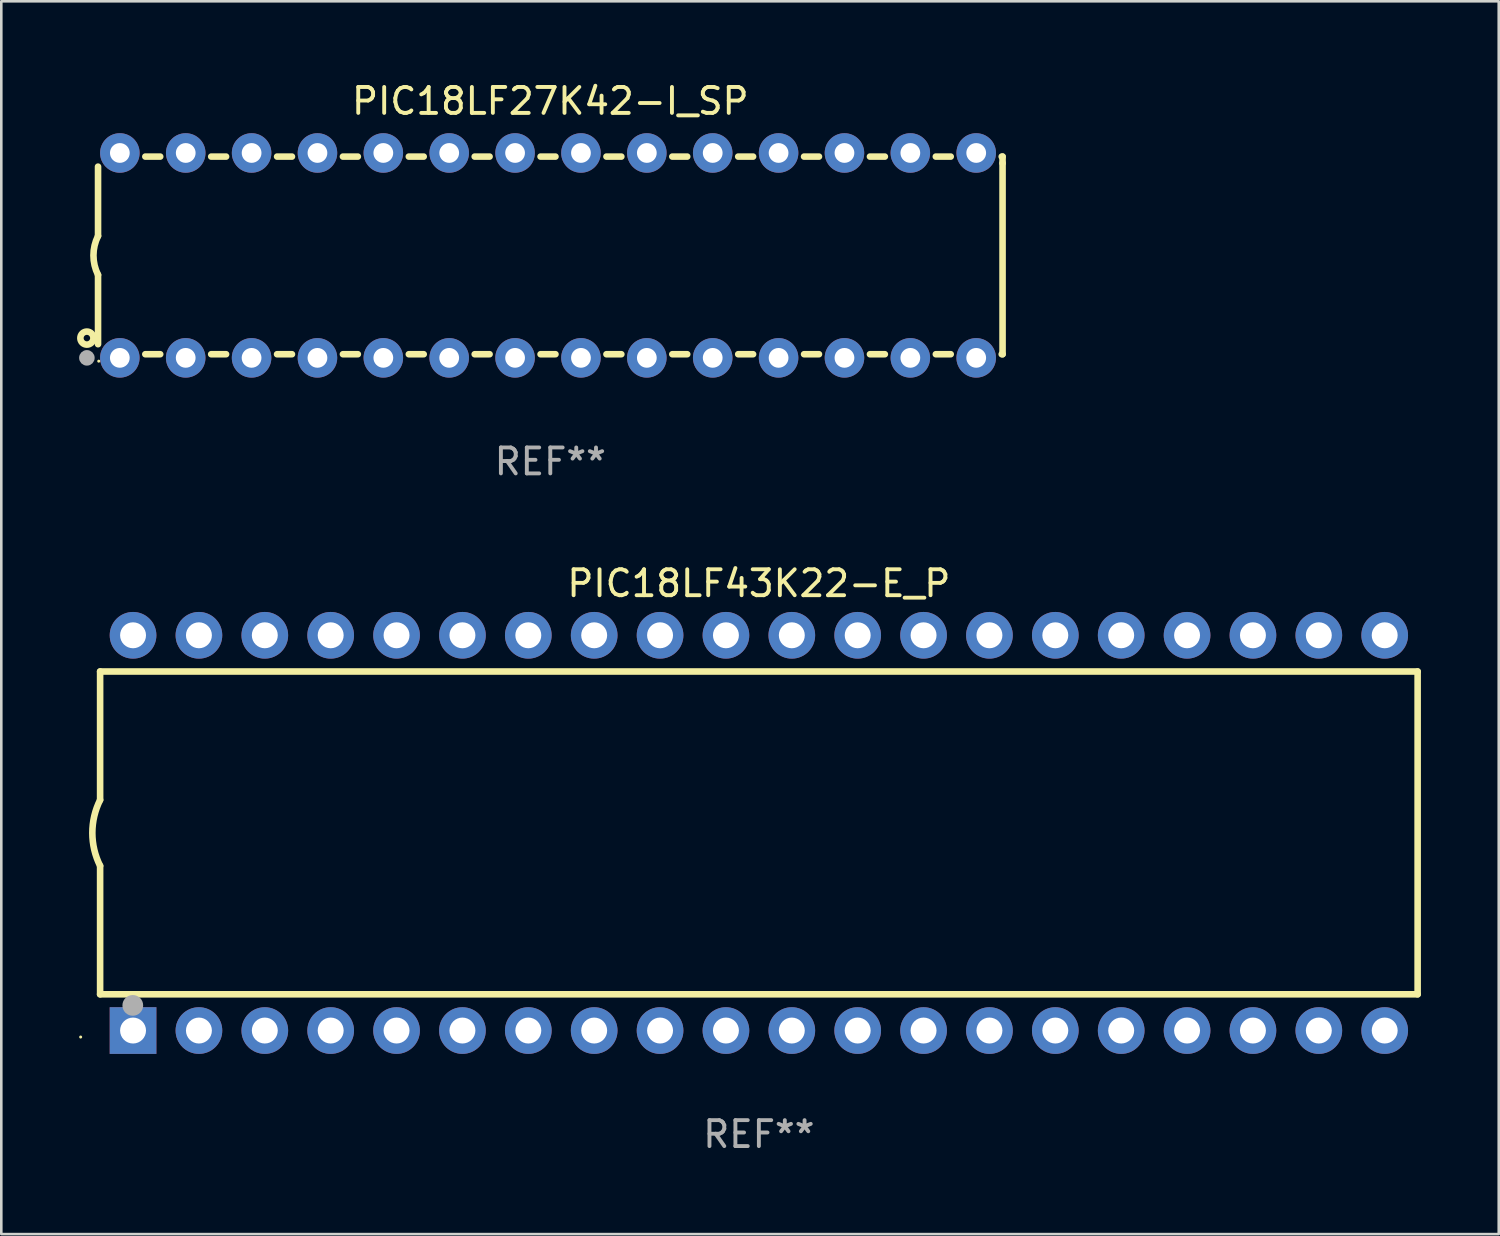
<source format=kicad_pcb>
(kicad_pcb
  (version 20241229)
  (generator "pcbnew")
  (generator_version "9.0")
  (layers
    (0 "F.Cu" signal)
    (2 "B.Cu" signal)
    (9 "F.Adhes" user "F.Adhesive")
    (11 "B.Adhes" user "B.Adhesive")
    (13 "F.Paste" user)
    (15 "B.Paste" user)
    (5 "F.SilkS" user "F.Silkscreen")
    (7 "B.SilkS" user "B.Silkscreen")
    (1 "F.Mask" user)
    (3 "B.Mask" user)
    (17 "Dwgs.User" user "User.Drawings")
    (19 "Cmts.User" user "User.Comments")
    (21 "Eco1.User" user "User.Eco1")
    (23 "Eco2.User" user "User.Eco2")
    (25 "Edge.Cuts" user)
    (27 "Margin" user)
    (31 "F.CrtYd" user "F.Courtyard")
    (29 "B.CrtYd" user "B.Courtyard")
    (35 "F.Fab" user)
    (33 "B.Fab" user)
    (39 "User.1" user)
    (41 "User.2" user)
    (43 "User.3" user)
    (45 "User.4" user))
  (footprint "PIC18LF43K22-E_P"
    (layer "F.Cu")
    (at 26.21 29.065)
    (property "Reference" "PIC18LF43K22-E_P" (at 0 -9.62 0) (layer "F.SilkS") (effects (font (size 1 1) (thickness 0.15))))
    (attr through_hole)
    (fp_line (start -25.4 -6.224) (end -25.4 -1.271) (stroke (width 0.254) (type solid)) (layer "F.SilkS"))
    (fp_line (start -25.4 -6.224) (end 25.4 -6.224) (stroke (width 0.254) (type solid)) (layer "F.SilkS"))
    (fp_line (start -25.4 1.269) (end -25.4 6.222) (stroke (width 0.254) (type solid)) (layer "F.SilkS"))
    (fp_line (start -25.4 6.222) (end 25.4 6.222) (stroke (width 0.254) (type solid)) (layer "F.SilkS"))
    (fp_line (start 25.4 6.222) (end 25.4 -6.224) (stroke (width 0.254) (type solid)) (layer "F.SilkS"))
    (fp_arc (start -25.4 1.269241) (mid -25.699807 -0.000762) (end -25.4 -1.270765) (stroke (width 0.254001) (type solid)) (layer "F.SilkS"))
    (fp_circle (center -26.15 7.87) (end -26.12 7.87) (stroke (width 0.06) (type solid)) (fill no) (layer "F.SilkS"))
    (fp_circle (center -24.14 6.65) (end -23.94 6.65) (stroke (width 0.4) (type solid)) (fill no) (layer "F.Fab"))
    (fp_text user "REF**" (at 0 11.62 0) (layer "F.Fab") (effects (font (size 1 1) (thickness 0.15))))
    (pad "1" thru_hole rect (at -24.13 7.62 90) (size 1.8 1.8) (drill 1) (layers "*.Cu" "*.Mask"))
    (pad "2" thru_hole circle (at -21.59 7.62) (size 1.8 1.8) (drill 1) (layers "*.Cu" "*.Mask"))
    (pad "3" thru_hole circle (at -19.05 7.62) (size 1.8 1.8) (drill 1) (layers "*.Cu" "*.Mask"))
    (pad "4" thru_hole circle (at -16.51 7.62) (size 1.8 1.8) (drill 1) (layers "*.Cu" "*.Mask"))
    (pad "5" thru_hole circle (at -13.97 7.62) (size 1.8 1.8) (drill 1) (layers "*.Cu" "*.Mask"))
    (pad "6" thru_hole circle (at -11.43 7.62) (size 1.8 1.8) (drill 1) (layers "*.Cu" "*.Mask"))
    (pad "7" thru_hole circle (at -8.89 7.62) (size 1.8 1.8) (drill 1) (layers "*.Cu" "*.Mask"))
    (pad "8" thru_hole circle (at -6.35 7.62) (size 1.8 1.8) (drill 1) (layers "*.Cu" "*.Mask"))
    (pad "9" thru_hole circle (at -3.81 7.62) (size 1.8 1.8) (drill 1) (layers "*.Cu" "*.Mask"))
    (pad "10" thru_hole circle (at -1.27 7.62) (size 1.8 1.8) (drill 1) (layers "*.Cu" "*.Mask"))
    (pad "11" thru_hole circle (at 1.27 7.62) (size 1.8 1.8) (drill 1) (layers "*.Cu" "*.Mask"))
    (pad "12" thru_hole circle (at 3.81 7.62) (size 1.8 1.8) (drill 1) (layers "*.Cu" "*.Mask"))
    (pad "13" thru_hole circle (at 6.35 7.62) (size 1.8 1.8) (drill 1) (layers "*.Cu" "*.Mask"))
    (pad "14" thru_hole circle (at 8.89 7.62) (size 1.8 1.8) (drill 1) (layers "*.Cu" "*.Mask"))
    (pad "15" thru_hole circle (at 11.43 7.62) (size 1.8 1.8) (drill 1) (layers "*.Cu" "*.Mask"))
    (pad "16" thru_hole circle (at 13.97 7.62) (size 1.8 1.8) (drill 1) (layers "*.Cu" "*.Mask"))
    (pad "17" thru_hole circle (at 16.51 7.62) (size 1.8 1.8) (drill 1) (layers "*.Cu" "*.Mask"))
    (pad "18" thru_hole circle (at 19.05 7.62) (size 1.8 1.8) (drill 1) (layers "*.Cu" "*.Mask"))
    (pad "19" thru_hole circle (at 21.59 7.62) (size 1.8 1.8) (drill 1) (layers "*.Cu" "*.Mask"))
    (pad "20" thru_hole circle (at 24.13 7.62) (size 1.8 1.8) (drill 1) (layers "*.Cu" "*.Mask"))
    (pad "21" thru_hole circle (at 24.13 -7.62) (size 1.8 1.8) (drill 1) (layers "*.Cu" "*.Mask"))
    (pad "22" thru_hole circle (at 21.59 -7.62) (size 1.8 1.8) (drill 1) (layers "*.Cu" "*.Mask"))
    (pad "23" thru_hole circle (at 19.05 -7.62) (size 1.8 1.8) (drill 1) (layers "*.Cu" "*.Mask"))
    (pad "24" thru_hole circle (at 16.51 -7.62) (size 1.8 1.8) (drill 1) (layers "*.Cu" "*.Mask"))
    (pad "25" thru_hole circle (at 13.97 -7.62) (size 1.8 1.8) (drill 1) (layers "*.Cu" "*.Mask"))
    (pad "26" thru_hole circle (at 11.43 -7.62) (size 1.8 1.8) (drill 1) (layers "*.Cu" "*.Mask"))
    (pad "27" thru_hole circle (at 8.89 -7.62) (size 1.8 1.8) (drill 1) (layers "*.Cu" "*.Mask"))
    (pad "28" thru_hole circle (at 6.35 -7.62) (size 1.8 1.8) (drill 1) (layers "*.Cu" "*.Mask"))
    (pad "29" thru_hole circle (at 3.81 -7.62) (size 1.8 1.8) (drill 1) (layers "*.Cu" "*.Mask"))
    (pad "30" thru_hole circle (at 1.27 -7.62) (size 1.8 1.8) (drill 1) (layers "*.Cu" "*.Mask"))
    (pad "31" thru_hole circle (at -1.27 -7.62) (size 1.8 1.8) (drill 1) (layers "*.Cu" "*.Mask"))
    (pad "32" thru_hole circle (at -3.81 -7.62) (size 1.8 1.8) (drill 1) (layers "*.Cu" "*.Mask"))
    (pad "33" thru_hole circle (at -6.35 -7.62) (size 1.8 1.8) (drill 1) (layers "*.Cu" "*.Mask"))
    (pad "34" thru_hole circle (at -8.89 -7.62) (size 1.8 1.8) (drill 1) (layers "*.Cu" "*.Mask"))
    (pad "35" thru_hole circle (at -11.43 -7.62) (size 1.8 1.8) (drill 1) (layers "*.Cu" "*.Mask"))
    (pad "36" thru_hole circle (at -13.97 -7.62) (size 1.8 1.8) (drill 1) (layers "*.Cu" "*.Mask"))
    (pad "37" thru_hole circle (at -16.51 -7.62) (size 1.8 1.8) (drill 1) (layers "*.Cu" "*.Mask"))
    (pad "38" thru_hole circle (at -19.05 -7.62) (size 1.8 1.8) (drill 1) (layers "*.Cu" "*.Mask"))
    (pad "39" thru_hole circle (at -21.59 -7.62) (size 1.8 1.8) (drill 1) (layers "*.Cu" "*.Mask"))
    (pad "40" thru_hole circle (at -24.13 -7.62) (size 1.8 1.8) (drill 1) (layers "*.Cu" "*.Mask")))
  (footprint "PIC18LF27K42-I_SP"
    (layer "F.Cu")
    (at 18.168 6.798)
    (property "Reference" "PIC18LF27K42-I_SP" (at 0 -5.95 0) (layer "F.SilkS") (effects (font (size 1 1) (thickness 0.15))))
    (attr through_hole)
    (fp_line (start -17.438 0.75) (end -17.438 3.423) (stroke (width 0.254) (type solid)) (layer "F.SilkS"))
    (fp_line (start -17.438 -3.423) (end -17.438 -0.75) (stroke (width 0.254) (type solid)) (layer "F.SilkS"))
    (fp_line (start -15.615 3.81) (end -15.041 3.81) (stroke (width 0.254) (type solid)) (layer "F.SilkS"))
    (fp_line (start -15.041 -3.81) (end -15.614 -3.81) (stroke (width 0.254) (type solid)) (layer "F.SilkS"))
    (fp_line (start -13.075 3.81) (end -12.501 3.81) (stroke (width 0.254) (type solid)) (layer "F.SilkS"))
    (fp_line (start -12.501 -3.81) (end -13.074 -3.81) (stroke (width 0.254) (type solid)) (layer "F.SilkS"))
    (fp_line (start -10.535 3.81) (end -9.961 3.81) (stroke (width 0.254) (type solid)) (layer "F.SilkS"))
    (fp_line (start -9.961 -3.81) (end -10.534 -3.81) (stroke (width 0.254) (type solid)) (layer "F.SilkS"))
    (fp_line (start -7.995 3.81) (end -7.421 3.81) (stroke (width 0.254) (type solid)) (layer "F.SilkS"))
    (fp_line (start -7.421 -3.81) (end -7.995 -3.81) (stroke (width 0.254) (type solid)) (layer "F.SilkS"))
    (fp_line (start -5.455 3.81) (end -4.881 3.81) (stroke (width 0.254) (type solid)) (layer "F.SilkS"))
    (fp_line (start -4.881 -3.81) (end -5.455 -3.81) (stroke (width 0.254) (type solid)) (layer "F.SilkS"))
    (fp_line (start -2.915 3.81) (end -2.341 3.81) (stroke (width 0.254) (type solid)) (layer "F.SilkS"))
    (fp_line (start -2.341 -3.81) (end -2.915 -3.81) (stroke (width 0.254) (type solid)) (layer "F.SilkS"))
    (fp_line (start -0.375 3.81) (end 0.199 3.81) (stroke (width 0.254) (type solid)) (layer "F.SilkS"))
    (fp_line (start 0.199 -3.81) (end -0.375 -3.81) (stroke (width 0.254) (type solid)) (layer "F.SilkS"))
    (fp_line (start 2.165 3.81) (end 2.739 3.81) (stroke (width 0.254) (type solid)) (layer "F.SilkS"))
    (fp_line (start 2.739 -3.81) (end 2.165 -3.81) (stroke (width 0.254) (type solid)) (layer "F.SilkS"))
    (fp_line (start 4.705 3.81) (end 5.279 3.81) (stroke (width 0.254) (type solid)) (layer "F.SilkS"))
    (fp_line (start 5.279 -3.81) (end 4.705 -3.81) (stroke (width 0.254) (type solid)) (layer "F.SilkS"))
    (fp_line (start 7.245 3.81) (end 7.819 3.81) (stroke (width 0.254) (type solid)) (layer "F.SilkS"))
    (fp_line (start 7.819 -3.81) (end 7.245 -3.81) (stroke (width 0.254) (type solid)) (layer "F.SilkS"))
    (fp_line (start 9.785 3.81) (end 10.359 3.81) (stroke (width 0.254) (type solid)) (layer "F.SilkS"))
    (fp_line (start 10.359 -3.81) (end 9.785 -3.81) (stroke (width 0.254) (type solid)) (layer "F.SilkS"))
    (fp_line (start 12.325 3.81) (end 12.899 3.81) (stroke (width 0.254) (type solid)) (layer "F.SilkS"))
    (fp_line (start 12.899 -3.81) (end 12.325 -3.81) (stroke (width 0.254) (type solid)) (layer "F.SilkS"))
    (fp_line (start 14.865 3.81) (end 15.439 3.81) (stroke (width 0.254) (type solid)) (layer "F.SilkS"))
    (fp_line (start 15.439 -3.81) (end 14.865 -3.81) (stroke (width 0.254) (type solid)) (layer "F.SilkS"))
    (fp_line (start 17.405 3.81) (end 17.438 3.81) (stroke (width 0.254) (type solid)) (layer "F.SilkS"))
    (fp_line (start 17.438 -3.81) (end 17.405 -3.81) (stroke (width 0.254) (type solid)) (layer "F.SilkS"))
    (fp_line (start 17.438 -3.556) (end 17.438 -3.81) (stroke (width 0.254) (type solid)) (layer "F.SilkS"))
    (fp_line (start 17.438 3.81) (end 17.438 -3.556) (stroke (width 0.254) (type solid)) (layer "F.SilkS"))
    (fp_arc (start -17.437986 0.749657) (mid -17.614887 -0.000024) (end -17.437783 -0.749657) (stroke (width 0.254001) (type solid)) (layer "F.SilkS"))
    (fp_circle (center -17.868 3.188) (end -17.743 3.188) (stroke (width 0.254) (type solid)) (fill no) (layer "F.SilkS"))
    (fp_circle (center -17.411 4.077) (end -17.381 4.077) (stroke (width 0.06) (type solid)) (fill no) (layer "F.SilkS"))
    (fp_circle (center -17.868 3.95) (end -17.718 3.95) (stroke (width 0.3) (type solid)) (fill no) (layer "F.Fab"))
    (fp_text user "REF**" (at 0 7.95 0) (layer "F.Fab") (effects (font (size 1 1) (thickness 0.15))))
    (pad "1" thru_hole circle (at -16.598 3.95) (size 1.524 1.524) (drill 0.762) (layers "*.Cu" "*.Mask"))
    (pad "2" thru_hole circle (at -14.058 3.95) (size 1.524 1.524) (drill 0.762) (layers "*.Cu" "*.Mask"))
    (pad "3" thru_hole circle (at -11.518 3.95) (size 1.524 1.524) (drill 0.762) (layers "*.Cu" "*.Mask"))
    (pad "4" thru_hole circle (at -8.978 3.95) (size 1.524 1.524) (drill 0.762) (layers "*.Cu" "*.Mask"))
    (pad "5" thru_hole circle (at -6.438 3.95) (size 1.524 1.524) (drill 0.762) (layers "*.Cu" "*.Mask"))
    (pad "6" thru_hole circle (at -3.898 3.95) (size 1.524 1.524) (drill 0.762) (layers "*.Cu" "*.Mask"))
    (pad "7" thru_hole circle (at -1.358 3.95) (size 1.524 1.524) (drill 0.762) (layers "*.Cu" "*.Mask"))
    (pad "8" thru_hole circle (at 1.182 3.95) (size 1.524 1.524) (drill 0.762) (layers "*.Cu" "*.Mask"))
    (pad "9" thru_hole circle (at 3.722 3.95) (size 1.524 1.524) (drill 0.762) (layers "*.Cu" "*.Mask"))
    (pad "10" thru_hole circle (at 6.262 3.95) (size 1.524 1.524) (drill 0.762) (layers "*.Cu" "*.Mask"))
    (pad "11" thru_hole circle (at 8.802 3.95) (size 1.524 1.524) (drill 0.762) (layers "*.Cu" "*.Mask"))
    (pad "12" thru_hole circle (at 11.342 3.95) (size 1.524 1.524) (drill 0.762) (layers "*.Cu" "*.Mask"))
    (pad "13" thru_hole circle (at 13.882 3.95) (size 1.524 1.524) (drill 0.762) (layers "*.Cu" "*.Mask"))
    (pad "14" thru_hole circle (at 16.422 3.95) (size 1.524 1.524) (drill 0.762) (layers "*.Cu" "*.Mask"))
    (pad "15" thru_hole circle (at 16.422 -3.95) (size 1.524 1.524) (drill 0.762) (layers "*.Cu" "*.Mask"))
    (pad "16" thru_hole circle (at 13.882 -3.95) (size 1.524 1.524) (drill 0.762) (layers "*.Cu" "*.Mask"))
    (pad "17" thru_hole circle (at 11.342 -3.95) (size 1.524 1.524) (drill 0.762) (layers "*.Cu" "*.Mask"))
    (pad "18" thru_hole circle (at 8.802 -3.95) (size 1.524 1.524) (drill 0.762) (layers "*.Cu" "*.Mask"))
    (pad "19" thru_hole circle (at 6.262 -3.95) (size 1.524 1.524) (drill 0.762) (layers "*.Cu" "*.Mask"))
    (pad "20" thru_hole circle (at 3.722 -3.95) (size 1.524 1.524) (drill 0.762) (layers "*.Cu" "*.Mask"))
    (pad "21" thru_hole circle (at 1.182 -3.95) (size 1.524 1.524) (drill 0.762) (layers "*.Cu" "*.Mask"))
    (pad "22" thru_hole circle (at -1.358 -3.95) (size 1.524 1.524) (drill 0.762) (layers "*.Cu" "*.Mask"))
    (pad "23" thru_hole circle (at -3.898 -3.95) (size 1.524 1.524) (drill 0.762) (layers "*.Cu" "*.Mask"))
    (pad "24" thru_hole circle (at -6.438 -3.95) (size 1.524 1.524) (drill 0.762) (layers "*.Cu" "*.Mask"))
    (pad "25" thru_hole circle (at -8.978 -3.95) (size 1.524 1.524) (drill 0.762) (layers "*.Cu" "*.Mask"))
    (pad "26" thru_hole circle (at -11.517 -3.95) (size 1.524 1.524) (drill 0.762) (layers "*.Cu" "*.Mask"))
    (pad "27" thru_hole circle (at -14.057 -3.95) (size 1.524 1.524) (drill 0.762) (layers "*.Cu" "*.Mask"))
    (pad "28" thru_hole circle (at -16.597 -3.95) (size 1.524 1.524) (drill 0.762) (layers "*.Cu" "*.Mask")))
  (gr_rect
    (start -3 -3)
    (end 54.737 44.533)
    (stroke (width 0.1) (type default))
    (fill no)
    (layer "Edge.Cuts")))
</source>
